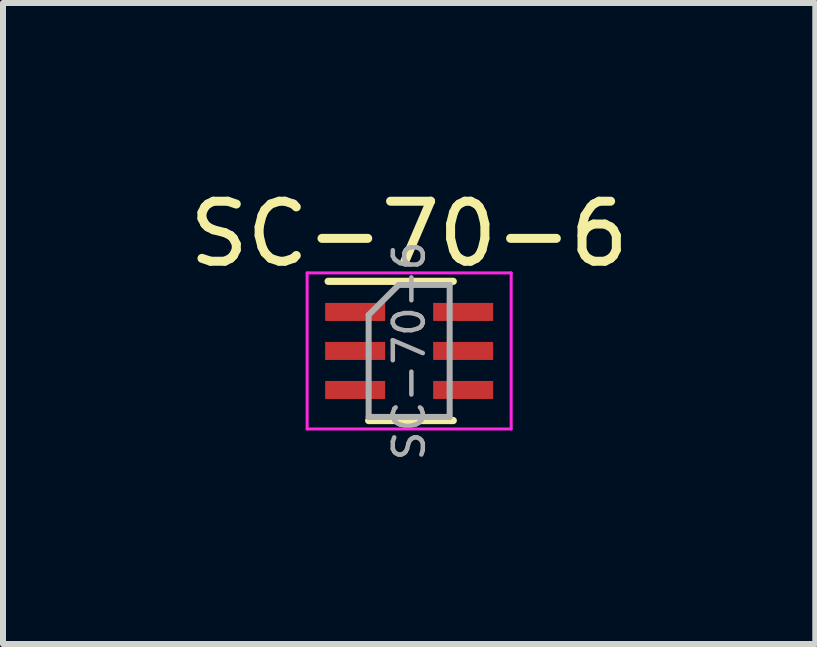
<source format=kicad_pcb>
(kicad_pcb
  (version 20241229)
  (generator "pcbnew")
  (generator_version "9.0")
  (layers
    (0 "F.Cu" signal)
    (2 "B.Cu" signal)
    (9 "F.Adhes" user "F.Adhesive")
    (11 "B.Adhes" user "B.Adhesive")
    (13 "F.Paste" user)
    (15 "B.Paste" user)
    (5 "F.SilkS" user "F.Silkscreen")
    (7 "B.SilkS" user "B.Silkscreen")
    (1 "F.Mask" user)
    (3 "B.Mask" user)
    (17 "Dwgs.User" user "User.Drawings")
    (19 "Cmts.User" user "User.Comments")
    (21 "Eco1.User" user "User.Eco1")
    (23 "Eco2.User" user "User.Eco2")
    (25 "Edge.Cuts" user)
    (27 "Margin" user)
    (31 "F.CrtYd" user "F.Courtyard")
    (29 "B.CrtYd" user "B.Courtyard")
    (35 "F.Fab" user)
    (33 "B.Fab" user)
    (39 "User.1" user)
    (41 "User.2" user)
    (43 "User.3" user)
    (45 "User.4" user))
  (footprint "SC-70-6"
    (layer "F.Cu")
    (at 3.768 2.798)
    (property "Reference" "SC-70-6" (at 0 -1.95 0) (layer "F.SilkS") (effects (font (size 1 1) (thickness 0.15))))
    (attr smd)
    (fp_line (start -0.675 1.16) (end 0.735 1.16) (stroke (width 0.12) (type solid)) (layer "F.SilkS"))
    (fp_line (start 0.735 -1.16) (end -1.35 -1.16) (stroke (width 0.12) (type solid)) (layer "F.SilkS"))
    (fp_line (start -1.7 -1.3) (end 1.7 -1.3) (stroke (width 0.05) (type solid)) (layer "F.CrtYd"))
    (fp_line (start -1.7 1.3) (end -1.7 -1.3) (stroke (width 0.05) (type solid)) (layer "F.CrtYd"))
    (fp_line (start 1.7 -1.3) (end 1.7 1.3) (stroke (width 0.05) (type solid)) (layer "F.CrtYd"))
    (fp_line (start 1.7 1.3) (end -1.7 1.3) (stroke (width 0.05) (type solid)) (layer "F.CrtYd"))
    (fp_line (start -0.675 -0.6) (end -0.675 1.1) (stroke (width 0.1) (type solid)) (layer "F.Fab"))
    (fp_line (start -0.175 -1.1) (end -0.675 -0.6) (stroke (width 0.1) (type solid)) (layer "F.Fab"))
    (fp_line (start 0.675 -1.1) (end -0.175 -1.1) (stroke (width 0.1) (type solid)) (layer "F.Fab"))
    (fp_line (start 0.675 -1.1) (end 0.675 1.1) (stroke (width 0.1) (type solid)) (layer "F.Fab"))
    (fp_line (start 0.675 1.1) (end -0.675 1.1) (stroke (width 0.1) (type solid)) (layer "F.Fab"))
    (fp_text user "${REFERENCE}" (at 0 0 90) (layer "F.Fab") (effects (font (size 0.5 0.5) (thickness 0.075))))
    (pad "1" smd rect (at -0.9 -0.65 270) (size 0.3 1) (layers "F.Cu" "F.Mask" "F.Paste"))
    (pad "2" smd rect (at -0.9 0 270) (size 0.3 1) (layers "F.Cu" "F.Mask" "F.Paste"))
    (pad "3" smd rect (at -0.9 0.65 270) (size 0.3 1) (layers "F.Cu" "F.Mask" "F.Paste"))
    (pad "4" smd rect (at 0.9 0.65 270) (size 0.3 1) (layers "F.Cu" "F.Mask" "F.Paste"))
    (pad "5" smd rect (at 0.9 0 270) (size 0.3 1) (layers "F.Cu" "F.Mask" "F.Paste"))
    (pad "6" smd rect (at 0.9 -0.65 270) (size 0.3 1) (layers "F.Cu" "F.Mask" "F.Paste")))
  (gr_rect
    (start -3 -3)
    (end 10.536 7.682)
    (stroke (width 0.1) (type default))
    (fill no)
    (layer "Edge.Cuts")))
</source>
